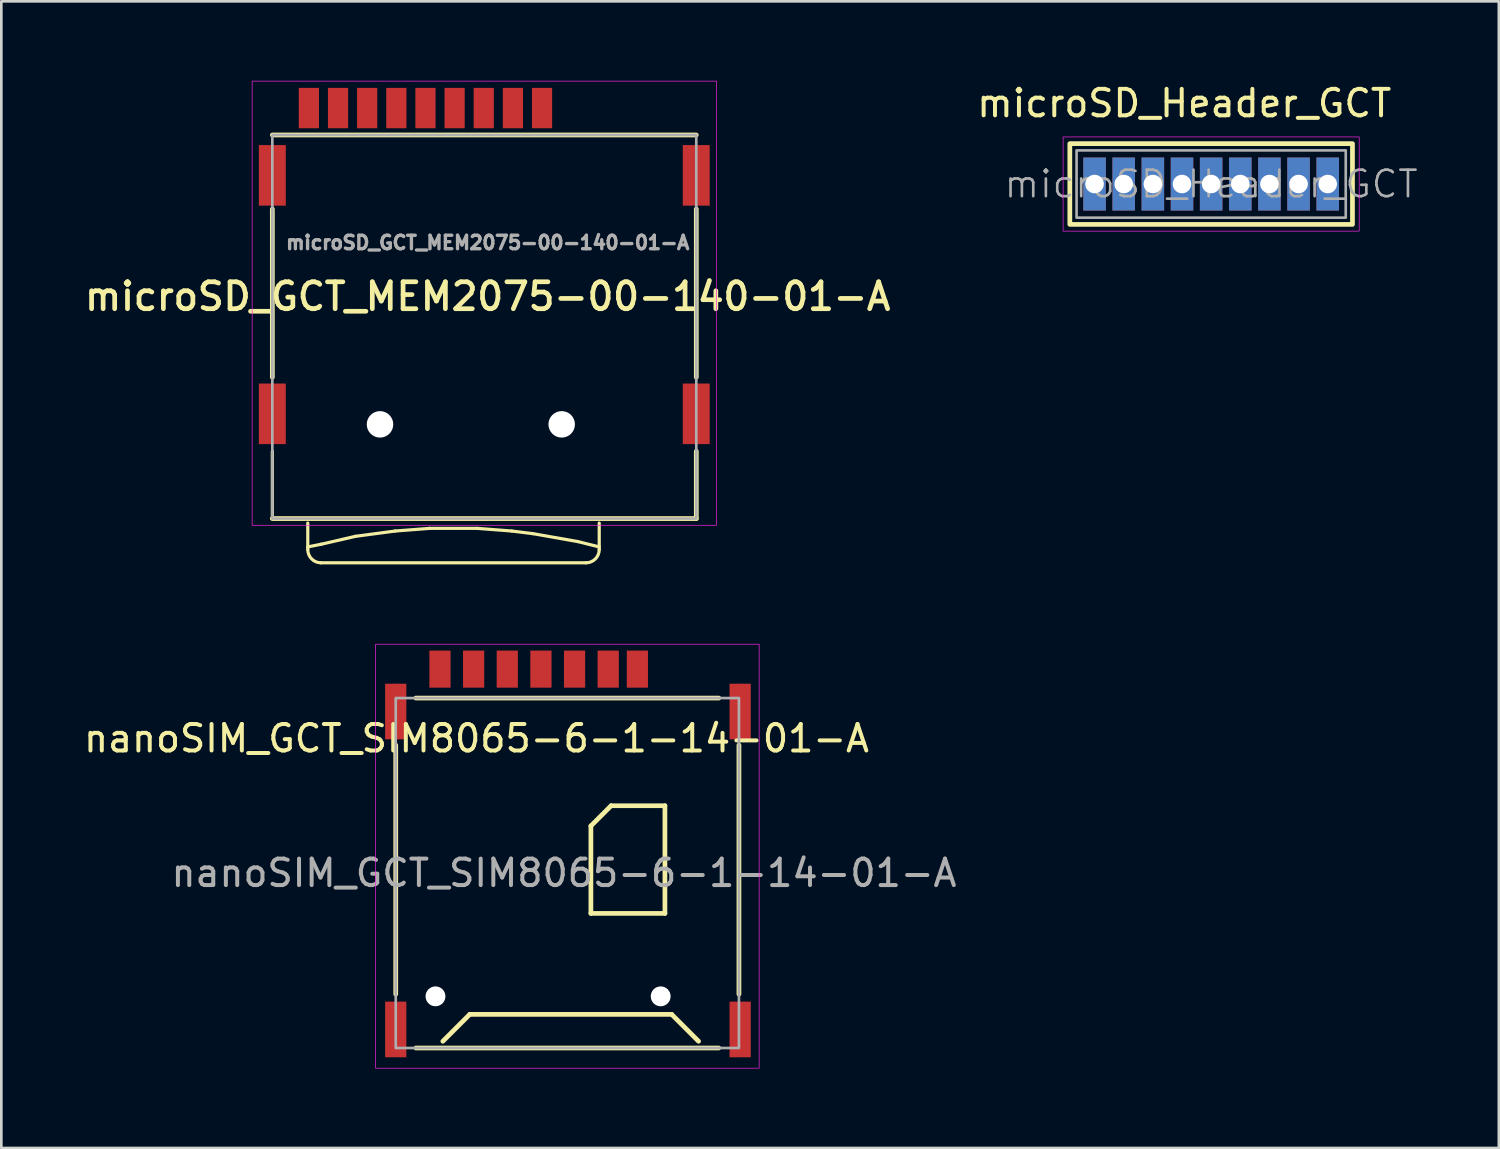
<source format=kicad_pcb>
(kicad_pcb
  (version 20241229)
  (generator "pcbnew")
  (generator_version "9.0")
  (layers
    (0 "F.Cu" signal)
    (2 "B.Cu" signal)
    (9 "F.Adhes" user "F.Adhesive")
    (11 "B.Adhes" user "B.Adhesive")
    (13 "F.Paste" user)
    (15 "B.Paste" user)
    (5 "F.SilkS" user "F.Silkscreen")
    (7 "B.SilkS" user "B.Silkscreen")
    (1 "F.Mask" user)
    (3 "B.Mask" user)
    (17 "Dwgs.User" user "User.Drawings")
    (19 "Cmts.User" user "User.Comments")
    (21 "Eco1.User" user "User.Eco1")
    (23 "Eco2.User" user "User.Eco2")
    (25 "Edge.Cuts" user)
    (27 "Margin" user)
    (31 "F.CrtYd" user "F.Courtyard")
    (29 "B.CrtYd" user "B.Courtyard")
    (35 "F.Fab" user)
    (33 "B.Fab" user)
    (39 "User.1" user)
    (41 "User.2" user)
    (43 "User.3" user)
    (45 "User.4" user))
  (footprint "microSD_GCT_MEM2075-00-140-01-A"
    (layer "F.Cu")
    (at 7.229 3.569)
    (property "Reference" "microSD_GCT_MEM2075-00-140-01-A" (at 8.128 4.572 0) (layer "F.SilkS") (effects (font (size 1.016 1.016) (thickness 0.178))))
    (attr smd)
    (fp_line (start 0 -1.524) (end 16.002 -1.524) (stroke (width 0.178) (type solid)) (layer "F.SilkS"))
    (fp_line (start 0 1.27) (end 0 7.62) (stroke (width 0.178) (type solid)) (layer "F.SilkS"))
    (fp_line (start 0 10.414) (end 0 12.954) (stroke (width 0.12) (type solid)) (layer "F.SilkS"))
    (fp_line (start 0 12.954) (end 16.002 12.954) (stroke (width 0.178) (type solid)) (layer "F.SilkS"))
    (fp_line (start 1.338 13.124) (end 1.338 14.124) (stroke (width 0.12) (type solid)) (layer "F.SilkS"))
    (fp_line (start 1.838 13.924) (end 1.338 14.024) (stroke (width 0.12) (type solid)) (layer "F.SilkS"))
    (fp_line (start 3.138 13.624) (end 1.838 13.924) (stroke (width 0.12) (type solid)) (layer "F.SilkS"))
    (fp_line (start 4.638 13.424) (end 3.138 13.624) (stroke (width 0.12) (type solid)) (layer "F.SilkS"))
    (fp_line (start 5.938 13.324) (end 4.638 13.424) (stroke (width 0.12) (type solid)) (layer "F.SilkS"))
    (fp_line (start 7.738 13.324) (end 5.938 13.324) (stroke (width 0.12) (type solid)) (layer "F.SilkS"))
    (fp_line (start 9.038 13.424) (end 7.738 13.324) (stroke (width 0.12) (type solid)) (layer "F.SilkS"))
    (fp_line (start 9.838 13.524) (end 9.038 13.424) (stroke (width 0.12) (type solid)) (layer "F.SilkS"))
    (fp_line (start 11.538 13.824) (end 9.838 13.524) (stroke (width 0.12) (type solid)) (layer "F.SilkS"))
    (fp_line (start 11.838 14.624) (end 1.838 14.624) (stroke (width 0.12) (type solid)) (layer "F.SilkS"))
    (fp_line (start 12.338 13.124) (end 12.338 14.124) (stroke (width 0.12) (type solid)) (layer "F.SilkS"))
    (fp_line (start 12.338 14.024) (end 11.538 13.824) (stroke (width 0.12) (type solid)) (layer "F.SilkS"))
    (fp_line (start 16.002 7.62) (end 16.002 1.27) (stroke (width 0.178) (type solid)) (layer "F.SilkS"))
    (fp_line (start 16.002 12.954) (end 16.002 10.414) (stroke (width 0.178) (type solid)) (layer "F.SilkS"))
    (fp_arc (start 1.838447 14.624447) (mid 1.484894 14.478) (end 1.338447 14.124447) (stroke (width 0.12) (type solid)) (layer "F.SilkS"))
    (fp_arc (start 12.338447 14.124447) (mid 12.192 14.478) (end 11.838447 14.624447) (stroke (width 0.12) (type solid)) (layer "F.SilkS"))
    (fp_rect (start -0.762 -3.556) (end 16.764 13.208) (stroke (width 0.025) (type solid)) (fill no) (layer "F.CrtYd"))
    (fp_rect (start 0 -1.524) (end 16.002 12.954) (stroke (width 0.1) (type solid)) (fill no) (layer "F.Fab"))
    (fp_text user "${REFERENCE}" (at 8.128 2.54 0) (layer "F.Fab") (effects (font (size 0.508 0.508) (thickness 0.127))))
    (pad "" np_thru_hole circle (at 4.064 9.398) (size 1 1) (drill 1) (layers "*.Cu" "*.Mask"))
    (pad "" np_thru_hole circle (at 10.922 9.398) (size 1 1) (drill 1) (layers "*.Cu" "*.Mask"))
    (pad "1" smd rect (at 10.18 -2.54) (size 0.762 1.524) (layers "F.Cu" "F.Mask" "F.Paste"))
    (pad "2" smd rect (at 9.08 -2.54) (size 0.762 1.524) (layers "F.Cu" "F.Mask" "F.Paste"))
    (pad "3" smd rect (at 7.98 -2.54) (size 0.762 1.524) (layers "F.Cu" "F.Mask" "F.Paste"))
    (pad "4" smd rect (at 6.88 -2.54) (size 0.762 1.524) (layers "F.Cu" "F.Mask" "F.Paste"))
    (pad "5" smd rect (at 5.78 -2.54) (size 0.762 1.524) (layers "F.Cu" "F.Mask" "F.Paste"))
    (pad "6" smd rect (at 4.68 -2.54) (size 0.762 1.524) (layers "F.Cu" "F.Mask" "F.Paste"))
    (pad "7" smd rect (at 3.58 -2.54) (size 0.762 1.524) (layers "F.Cu" "F.Mask" "F.Paste"))
    (pad "8" smd rect (at 2.48 -2.54) (size 0.762 1.524) (layers "F.Cu" "F.Mask" "F.Paste"))
    (pad "9" smd rect (at 1.38 -2.54) (size 0.762 1.524) (layers "F.Cu" "F.Mask" "F.Paste"))
    (pad "SH" smd rect (at 0 0) (size 1.016 2.286) (layers "F.Cu" "F.Mask" "F.Paste"))
    (pad "SH" smd rect (at 0 9) (size 1.016 2.286) (layers "F.Cu" "F.Mask" "F.Paste"))
    (pad "SH" smd rect (at 16 0) (size 1.016 2.286) (layers "F.Cu" "F.Mask" "F.Paste"))
    (pad "SH" smd rect (at 16 9) (size 1.016 2.286) (layers "F.Cu" "F.Mask" "F.Paste")))
  (footprint "microSD_Header_GCT"
    (layer "F.Cu")
    (at 42.664 3.896)
    (property "Reference" "microSD_Header_GCT" (at -1.016 -3.048 0) (layer "F.SilkS") (effects (font (size 1 1) (thickness 0.15))))
    (attr smd)
    (fp_rect (start -5.334 -1.524) (end 5.334 1.524) (stroke (width 0.178) (type solid)) (fill no) (layer "F.SilkS"))
    (fp_rect (start -5.588 -1.778) (end 5.588 1.778) (stroke (width 0.025) (type solid)) (fill no) (layer "F.CrtYd"))
    (fp_rect (start -5.08 -1.27) (end 5.08 1.27) (stroke (width 0.1) (type solid)) (fill no) (layer "F.Fab"))
    (fp_text user "${REFERENCE}" (at 0 0 0) (layer "F.Fab") (effects (font (size 1 1) (thickness 0.1))))
    (pad "1" thru_hole rect (at 4.4 0) (size 0.85 2) (drill 0.7) (layers "*.Cu" "*.Mask"))
    (pad "2" thru_hole rect (at 3.3 0) (size 0.85 2) (drill 0.7) (layers "*.Cu" "*.Mask"))
    (pad "3" thru_hole rect (at 2.2 0) (size 0.85 2) (drill 0.7) (layers "*.Cu" "*.Mask"))
    (pad "4" thru_hole rect (at 1.1 0) (size 0.85 2) (drill 0.7) (layers "*.Cu" "*.Mask"))
    (pad "5" thru_hole rect (at 0 0) (size 0.85 2) (drill 0.7) (layers "*.Cu" "*.Mask"))
    (pad "6" thru_hole rect (at -1.1 0) (size 0.85 2) (drill 0.7) (layers "*.Cu" "*.Mask"))
    (pad "7" thru_hole rect (at -2.2 0) (size 0.85 2) (drill 0.7) (layers "*.Cu" "*.Mask"))
    (pad "8" thru_hole rect (at -3.3 0) (size 0.85 2) (drill 0.7) (layers "*.Cu" "*.Mask"))
    (pad "9" thru_hole rect (at -4.4 0) (size 0.85 2) (drill 0.7) (layers "*.Cu" "*.Mask")))
  (footprint "nanoSIM_GCT_SIM8065-6-1-14-01-A"
    (layer "F.Cu")
    (at 11.887 23.806)
    (property "Reference" "nanoSIM_GCT_SIM8065-6-1-14-01-A" (at 3.048 1.016 0) (unlocked yes) (layer "F.SilkS") (effects (font (size 1 1) (thickness 0.15))))
    (fp_line (start 0 10.668) (end 0 1.27) (stroke (width 0.178) (type solid)) (layer "F.SilkS"))
    (fp_line (start 0.762 -0.508) (end 12.192 -0.508) (stroke (width 0.178) (type solid)) (layer "F.SilkS"))
    (fp_line (start 0.762 12.7) (end 12.192 12.7) (stroke (width 0.178) (type solid)) (layer "F.SilkS"))
    (fp_line (start 1.778 12.446) (end 2.794 11.43) (stroke (width 0.178) (type solid)) (layer "F.SilkS"))
    (fp_line (start 2.794 11.43) (end 10.414 11.43) (stroke (width 0.178) (type solid)) (layer "F.SilkS"))
    (fp_line (start 7.366 4.318) (end 8.128 3.556) (stroke (width 0.178) (type solid)) (layer "F.SilkS"))
    (fp_line (start 7.366 7.62) (end 7.366 4.318) (stroke (width 0.178) (type solid)) (layer "F.SilkS"))
    (fp_line (start 8.128 3.556) (end 10.16 3.556) (stroke (width 0.178) (type solid)) (layer "F.SilkS"))
    (fp_line (start 10.16 3.556) (end 10.16 7.62) (stroke (width 0.178) (type solid)) (layer "F.SilkS"))
    (fp_line (start 10.16 7.62) (end 7.366 7.62) (stroke (width 0.178) (type solid)) (layer "F.SilkS"))
    (fp_line (start 10.414 11.43) (end 11.43 12.446) (stroke (width 0.178) (type solid)) (layer "F.SilkS"))
    (fp_line (start 12.954 1.27) (end 12.954 10.668) (stroke (width 0.178) (type solid)) (layer "F.SilkS"))
    (fp_rect (start -0.762 13.462) (end 13.716 -2.54) (stroke (width 0.025) (type solid)) (fill no) (layer "F.CrtYd"))
    (fp_rect (start 0 12.7) (end 12.954 -0.508) (stroke (width 0.1) (type solid)) (fill no) (layer "F.Fab"))
    (fp_text user "${REFERENCE}" (at 6.35 6.096 0) (unlocked yes) (layer "F.Fab") (effects (font (size 1 1) (thickness 0.15))))
    (pad "" np_thru_hole circle (at 1.5 10.75) (size 0.75 0.75) (drill 0.75) (layers "*.Cu" "*.Mask"))
    (pad "" np_thru_hole circle (at 10 10.75) (size 0.75 0.75) (drill 0.75) (layers "*.Cu" "*.Mask"))
    (pad "C1" smd rect (at 6.75 -1.6) (size 0.8 1.4) (layers "F.Cu" "F.Mask" "F.Paste"))
    (pad "C2" smd rect (at 4.21 -1.6) (size 0.8 1.4) (layers "F.Cu" "F.Mask" "F.Paste"))
    (pad "C3" smd rect (at 1.67 -1.6) (size 0.8 1.4) (layers "F.Cu" "F.Mask" "F.Paste"))
    (pad "C5" smd rect (at 8.02 -1.6) (size 0.8 1.4) (layers "F.Cu" "F.Mask" "F.Paste"))
    (pad "C6" smd rect (at 5.48 -1.6) (size 0.8 1.4) (layers "F.Cu" "F.Mask" "F.Paste"))
    (pad "C7" smd rect (at 2.94 -1.6) (size 0.8 1.4) (layers "F.Cu" "F.Mask" "F.Paste"))
    (pad "CD" smd rect (at 9.12 -1.6) (size 0.8 1.4) (layers "F.Cu" "F.Mask" "F.Paste"))
    (pad "SH" smd rect (at 0 0) (size 0.8 2.1) (layers "F.Cu" "F.Mask" "F.Paste"))
    (pad "SH" smd rect (at 0 12) (size 0.8 2.1) (layers "F.Cu" "F.Mask" "F.Paste"))
    (pad "SH" smd rect (at 13 0) (size 0.8 2.1) (layers "F.Cu" "F.Mask" "F.Paste"))
    (pad "SH" smd rect (at 13 12) (size 0.8 2.1) (layers "F.Cu" "F.Mask" "F.Paste")))
  (gr_rect
    (start -3 -3)
    (end 53.523 40.281)
    (stroke (width 0.1) (type default))
    (fill no)
    (layer "Edge.Cuts")))
</source>
